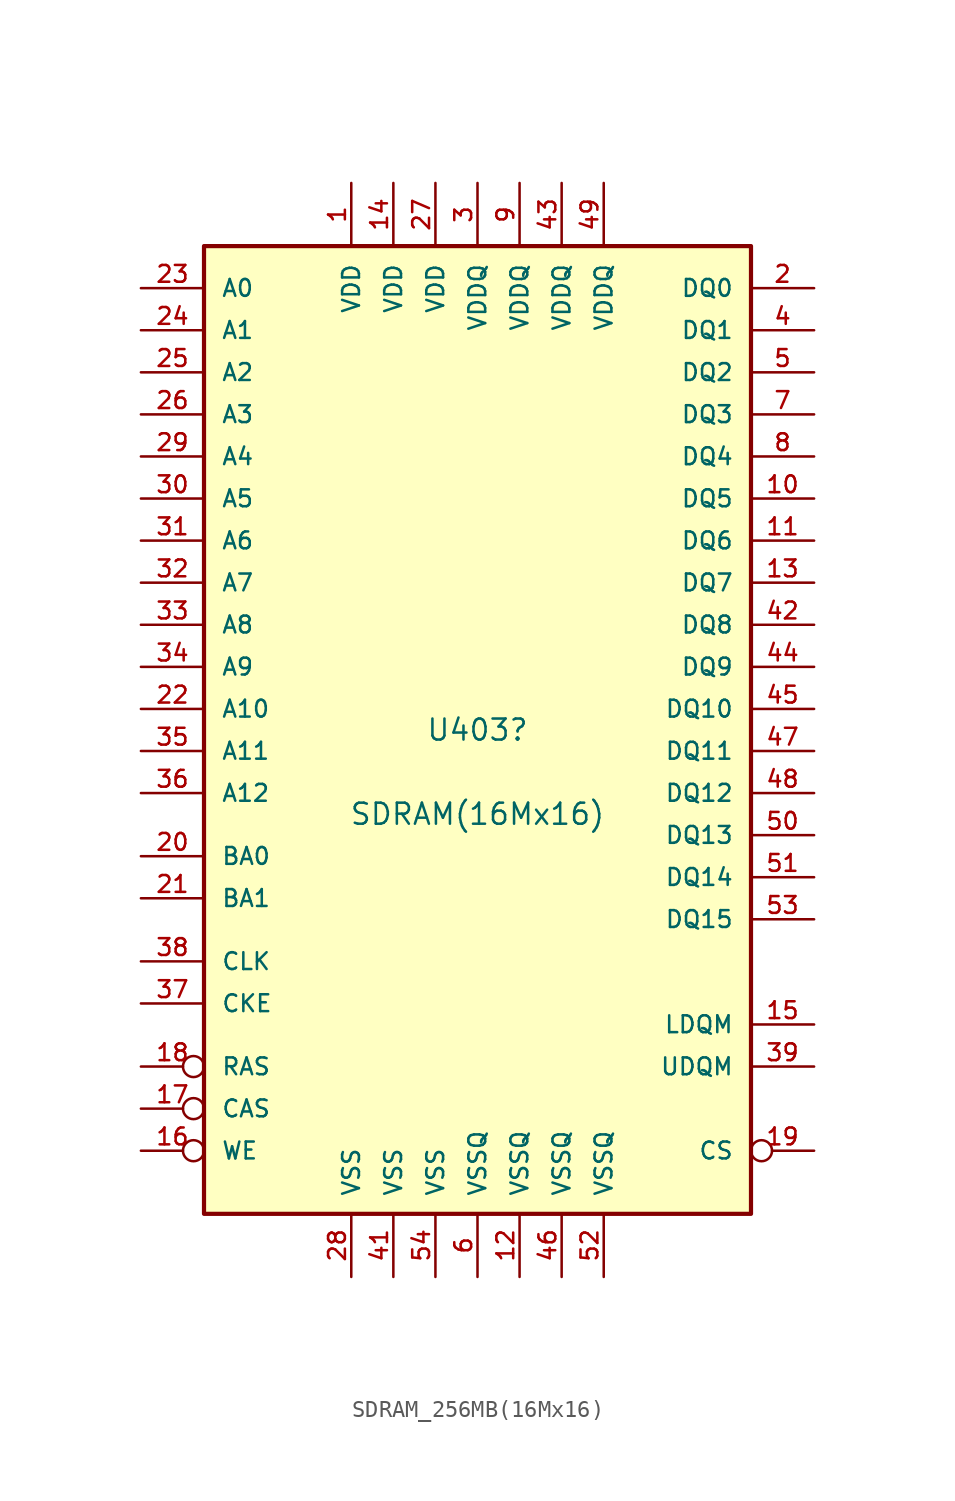
<source format=kicad_sym>
(kicad_symbol_lib
  (version 20220914)
  (generator kicad_symbol_editor)
  (symbol "SDRAM_256MB(16Mx16)"
    (pin_names
      (offset 1.016))
    (property "Reference" "U403"
      (at 0 0 0)
      (effects (font (size 1.27 1.27))))
    (property "Value" "SDRAM(16Mx16)"
      (at 0 -5.08 0)
      (effects (font (size 1.27 1.27))))
    (symbol "SDRAM_256MB(16Mx16)_0_0"
      (pin input line (at -20.32 -3.81 0) (length 3.81) (name "A12" (effects (font (size 1.016 1.016)))) (number "36" (effects (font (size 1.016 1.016))))))
    (symbol "SDRAM_256MB(16Mx16)_0_1"
      (rectangle (start -16.51 29.21) (end 16.51 -29.21) (stroke (width 0.254) (type default)) (fill (type background))))
    (symbol "SDRAM_256MB(16Mx16)_1_1"
      (pin power_in line (at -7.62 33.02 270) (length 3.81) (name "VDD" (effects (font (size 1.016 1.016)))) (number "1" (effects (font (size 1.016 1.016)))))
      (pin bidirectional line (at 20.32 13.97 180) (length 3.81) (name "DQ5" (effects (font (size 1.016 1.016)))) (number "10" (effects (font (size 1.016 1.016)))))
      (pin bidirectional line (at 20.32 11.43 180) (length 3.81) (name "DQ6" (effects (font (size 1.016 1.016)))) (number "11" (effects (font (size 1.016 1.016)))))
      (pin power_in line (at 2.54 -33.02 90) (length 3.81) (name "VSSQ" (effects (font (size 1.016 1.016)))) (number "12" (effects (font (size 1.016 1.016)))))
      (pin bidirectional line (at 20.32 8.89 180) (length 3.81) (name "DQ7" (effects (font (size 1.016 1.016)))) (number "13" (effects (font (size 1.016 1.016)))))
      (pin power_in line (at -5.08 33.02 270) (length 3.81) (name "VDD" (effects (font (size 1.016 1.016)))) (number "14" (effects (font (size 1.016 1.016)))))
      (pin input line (at 20.32 -17.78 180) (length 3.81) (name "LDQM" (effects (font (size 1.016 1.016)))) (number "15" (effects (font (size 1.016 1.016)))))
      (pin input inverted (at -20.32 -25.4 0) (length 3.81) (name "WE" (effects (font (size 1.016 1.016)))) (number "16" (effects (font (size 1.016 1.016)))))
      (pin input inverted (at -20.32 -22.86 0) (length 3.81) (name "CAS" (effects (font (size 1.016 1.016)))) (number "17" (effects (font (size 1.016 1.016)))))
      (pin input inverted (at -20.32 -20.32 0) (length 3.81) (name "RAS" (effects (font (size 1.016 1.016)))) (number "18" (effects (font (size 1.016 1.016)))))
      (pin input inverted (at 20.32 -25.4 180) (length 3.81) (name "CS" (effects (font (size 1.016 1.016)))) (number "19" (effects (font (size 1.016 1.016)))))
      (pin bidirectional line (at 20.32 26.67 180) (length 3.81) (name "DQ0" (effects (font (size 1.016 1.016)))) (number "2" (effects (font (size 1.016 1.016)))))
      (pin input line (at -20.32 -7.62 0) (length 3.81) (name "BA0" (effects (font (size 1.016 1.016)))) (number "20" (effects (font (size 1.016 1.016)))))
      (pin input line (at -20.32 -10.16 0) (length 3.81) (name "BA1" (effects (font (size 1.016 1.016)))) (number "21" (effects (font (size 1.016 1.016)))))
      (pin input line (at -20.32 1.27 0) (length 3.81) (name "A10" (effects (font (size 1.016 1.016)))) (number "22" (effects (font (size 1.016 1.016)))))
      (pin input line (at -20.32 26.67 0) (length 3.81) (name "A0" (effects (font (size 1.016 1.016)))) (number "23" (effects (font (size 1.016 1.016)))))
      (pin input line (at -20.32 24.13 0) (length 3.81) (name "A1" (effects (font (size 1.016 1.016)))) (number "24" (effects (font (size 1.016 1.016)))))
      (pin input line (at -20.32 21.59 0) (length 3.81) (name "A2" (effects (font (size 1.016 1.016)))) (number "25" (effects (font (size 1.016 1.016)))))
      (pin input line (at -20.32 19.05 0) (length 3.81) (name "A3" (effects (font (size 1.016 1.016)))) (number "26" (effects (font (size 1.016 1.016)))))
      (pin power_in line (at -2.54 33.02 270) (length 3.81) (name "VDD" (effects (font (size 1.016 1.016)))) (number "27" (effects (font (size 1.016 1.016)))))
      (pin power_in line (at -7.62 -33.02 90) (length 3.81) (name "VSS" (effects (font (size 1.016 1.016)))) (number "28" (effects (font (size 1.016 1.016)))))
      (pin input line (at -20.32 16.51 0) (length 3.81) (name "A4" (effects (font (size 1.016 1.016)))) (number "29" (effects (font (size 1.016 1.016)))))
      (pin power_in line (at 0 33.02 270) (length 3.81) (name "VDDQ" (effects (font (size 1.016 1.016)))) (number "3" (effects (font (size 1.016 1.016)))))
      (pin input line (at -20.32 13.97 0) (length 3.81) (name "A5" (effects (font (size 1.016 1.016)))) (number "30" (effects (font (size 1.016 1.016)))))
      (pin input line (at -20.32 11.43 0) (length 3.81) (name "A6" (effects (font (size 1.016 1.016)))) (number "31" (effects (font (size 1.016 1.016)))))
      (pin input line (at -20.32 8.89 0) (length 3.81) (name "A7" (effects (font (size 1.016 1.016)))) (number "32" (effects (font (size 1.016 1.016)))))
      (pin input line (at -20.32 6.35 0) (length 3.81) (name "A8" (effects (font (size 1.016 1.016)))) (number "33" (effects (font (size 1.016 1.016)))))
      (pin input line (at -20.32 3.81 0) (length 3.81) (name "A9" (effects (font (size 1.016 1.016)))) (number "34" (effects (font (size 1.016 1.016)))))
      (pin input line (at -20.32 -1.27 0) (length 3.81) (name "A11" (effects (font (size 1.016 1.016)))) (number "35" (effects (font (size 1.016 1.016)))))
      (pin input line (at -20.32 -16.51 0) (length 3.81) (name "CKE" (effects (font (size 1.016 1.016)))) (number "37" (effects (font (size 1.016 1.016)))))
      (pin input line (at -20.32 -13.97 0) (length 3.81) (name "CLK" (effects (font (size 1.016 1.016)))) (number "38" (effects (font (size 1.016 1.016)))))
      (pin input line (at 20.32 -20.32 180) (length 3.81) (name "UDQM" (effects (font (size 1.016 1.016)))) (number "39" (effects (font (size 1.016 1.016)))))
      (pin bidirectional line (at 20.32 24.13 180) (length 3.81) (name "DQ1" (effects (font (size 1.016 1.016)))) (number "4" (effects (font (size 1.016 1.016)))))
      (pin power_in line (at -5.08 -33.02 90) (length 3.81) (name "VSS" (effects (font (size 1.016 1.016)))) (number "41" (effects (font (size 1.016 1.016)))))
      (pin bidirectional line (at 20.32 6.35 180) (length 3.81) (name "DQ8" (effects (font (size 1.016 1.016)))) (number "42" (effects (font (size 1.016 1.016)))))
      (pin power_in line (at 5.08 33.02 270) (length 3.81) (name "VDDQ" (effects (font (size 1.016 1.016)))) (number "43" (effects (font (size 1.016 1.016)))))
      (pin bidirectional line (at 20.32 3.81 180) (length 3.81) (name "DQ9" (effects (font (size 1.016 1.016)))) (number "44" (effects (font (size 1.016 1.016)))))
      (pin bidirectional line (at 20.32 1.27 180) (length 3.81) (name "DQ10" (effects (font (size 1.016 1.016)))) (number "45" (effects (font (size 1.016 1.016)))))
      (pin power_in line (at 5.08 -33.02 90) (length 3.81) (name "VSSQ" (effects (font (size 1.016 1.016)))) (number "46" (effects (font (size 1.016 1.016)))))
      (pin bidirectional line (at 20.32 -1.27 180) (length 3.81) (name "DQ11" (effects (font (size 1.016 1.016)))) (number "47" (effects (font (size 1.016 1.016)))))
      (pin bidirectional line (at 20.32 -3.81 180) (length 3.81) (name "DQ12" (effects (font (size 1.016 1.016)))) (number "48" (effects (font (size 1.016 1.016)))))
      (pin power_in line (at 7.62 33.02 270) (length 3.81) (name "VDDQ" (effects (font (size 1.016 1.016)))) (number "49" (effects (font (size 1.016 1.016)))))
      (pin bidirectional line (at 20.32 21.59 180) (length 3.81) (name "DQ2" (effects (font (size 1.016 1.016)))) (number "5" (effects (font (size 1.016 1.016)))))
      (pin bidirectional line (at 20.32 -6.35 180) (length 3.81) (name "DQ13" (effects (font (size 1.016 1.016)))) (number "50" (effects (font (size 1.016 1.016)))))
      (pin bidirectional line (at 20.32 -8.89 180) (length 3.81) (name "DQ14" (effects (font (size 1.016 1.016)))) (number "51" (effects (font (size 1.016 1.016)))))
      (pin power_in line (at 7.62 -33.02 90) (length 3.81) (name "VSSQ" (effects (font (size 1.016 1.016)))) (number "52" (effects (font (size 1.016 1.016)))))
      (pin bidirectional line (at 20.32 -11.43 180) (length 3.81) (name "DQ15" (effects (font (size 1.016 1.016)))) (number "53" (effects (font (size 1.016 1.016)))))
      (pin power_in line (at -2.54 -33.02 90) (length 3.81) (name "VSS" (effects (font (size 1.016 1.016)))) (number "54" (effects (font (size 1.016 1.016)))))
      (pin power_in line (at 0 -33.02 90) (length 3.81) (name "VSSQ" (effects (font (size 1.016 1.016)))) (number "6" (effects (font (size 1.016 1.016)))))
      (pin bidirectional line (at 20.32 19.05 180) (length 3.81) (name "DQ3" (effects (font (size 1.016 1.016)))) (number "7" (effects (font (size 1.016 1.016)))))
      (pin bidirectional line (at 20.32 16.51 180) (length 3.81) (name "DQ4" (effects (font (size 1.016 1.016)))) (number "8" (effects (font (size 1.016 1.016)))))
      (pin power_in line (at 2.54 33.02 270) (length 3.81) (name "VDDQ" (effects (font (size 1.016 1.016)))) (number "9" (effects (font (size 1.016 1.016))))))))
</source>
